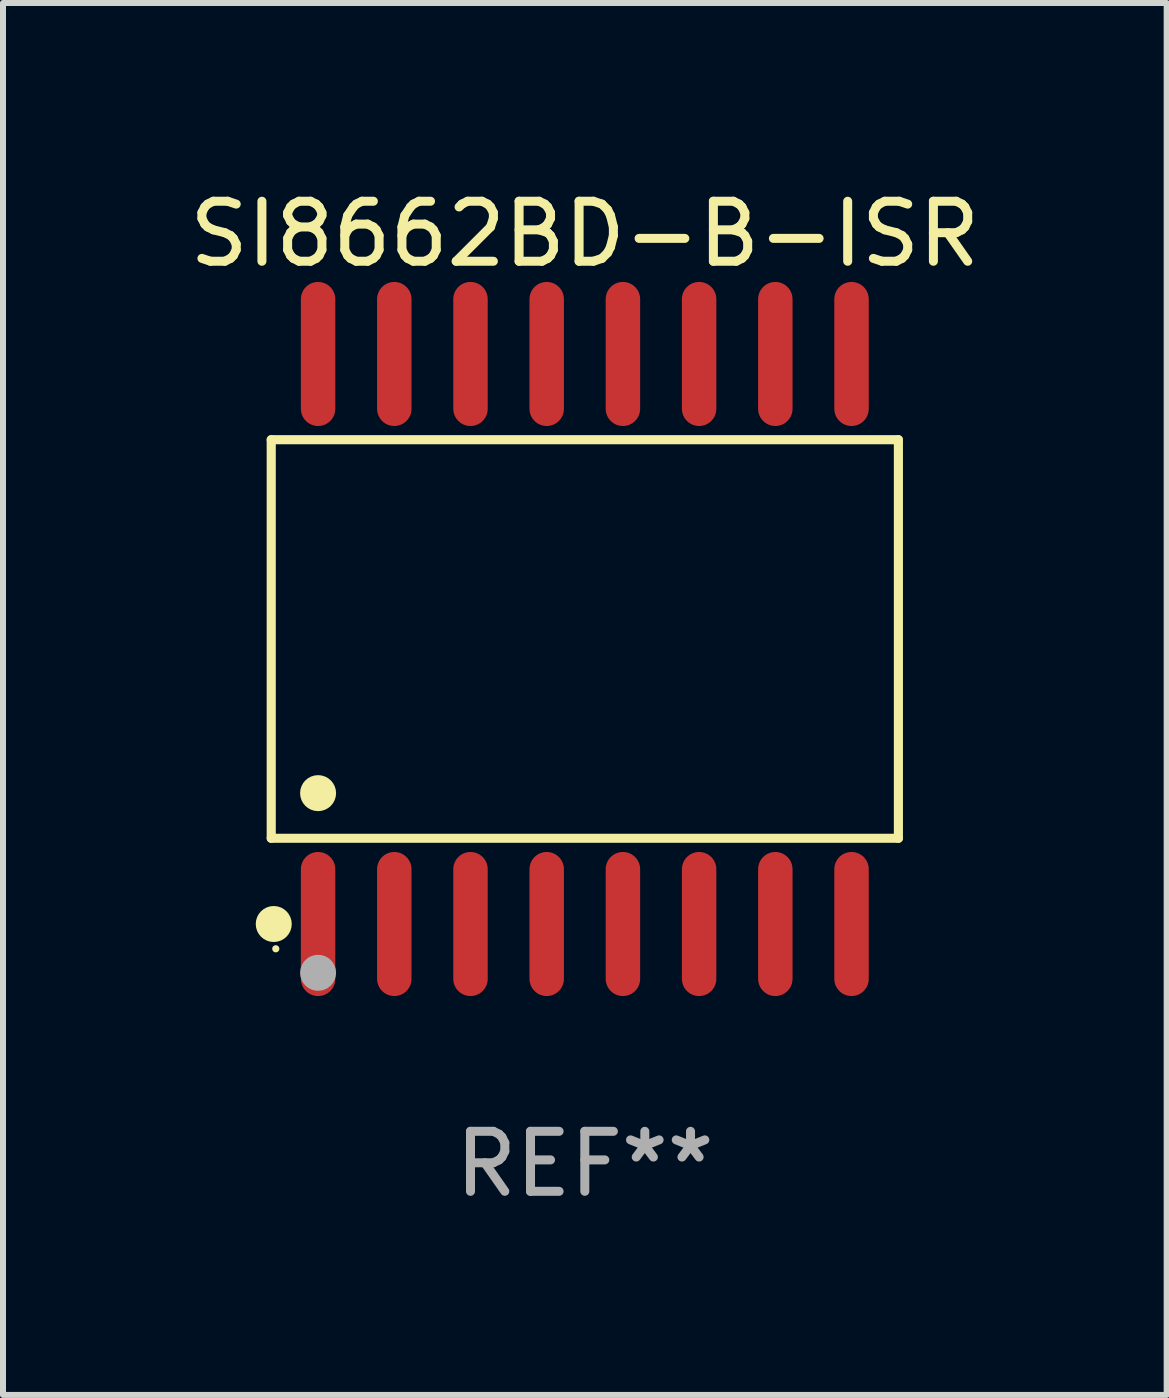
<source format=kicad_pcb>
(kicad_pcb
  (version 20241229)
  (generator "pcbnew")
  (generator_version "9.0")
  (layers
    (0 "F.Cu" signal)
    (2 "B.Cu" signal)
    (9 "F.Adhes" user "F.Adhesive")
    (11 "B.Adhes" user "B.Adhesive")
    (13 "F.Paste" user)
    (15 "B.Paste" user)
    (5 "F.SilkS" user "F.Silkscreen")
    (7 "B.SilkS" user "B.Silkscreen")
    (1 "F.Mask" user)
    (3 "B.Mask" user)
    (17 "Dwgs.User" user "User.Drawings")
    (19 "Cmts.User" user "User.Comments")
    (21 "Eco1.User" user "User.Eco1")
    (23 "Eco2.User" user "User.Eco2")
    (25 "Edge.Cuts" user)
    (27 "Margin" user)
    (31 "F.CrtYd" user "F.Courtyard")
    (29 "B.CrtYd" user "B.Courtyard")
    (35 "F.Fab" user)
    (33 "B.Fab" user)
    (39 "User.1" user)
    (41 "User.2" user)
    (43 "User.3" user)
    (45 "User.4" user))
  (footprint "SI8662BD-B-ISR"
    (layer "F.Cu")
    (at 6.696 7.599)
    (property "Reference" "SI8662BD-B-ISR" (at 0 -6.75 0) (layer "F.SilkS") (effects (font (size 1 1) (thickness 0.15))))
    (attr through_hole)
    (fp_line (start -5.226 -3.321) (end 5.226 -3.321) (stroke (width 0.152) (type solid)) (layer "F.SilkS"))
    (fp_line (start -5.226 3.321) (end -5.226 -3.321) (stroke (width 0.152) (type solid)) (layer "F.SilkS"))
    (fp_line (start 5.226 -3.321) (end 5.226 3.321) (stroke (width 0.152) (type solid)) (layer "F.SilkS"))
    (fp_line (start 5.226 3.321) (end -5.226 3.321) (stroke (width 0.152) (type solid)) (layer "F.SilkS"))
    (fp_circle (center -5.184 4.75) (end -5.034 4.75) (stroke (width 0.3) (type solid)) (fill no) (layer "F.SilkS"))
    (fp_circle (center -5.15 5.163) (end -5.12 5.163) (stroke (width 0.06) (type solid)) (fill no) (layer "F.SilkS"))
    (fp_circle (center -4.445 2.569) (end -4.295 2.569) (stroke (width 0.3) (type solid)) (fill no) (layer "F.SilkS"))
    (fp_circle (center -4.445 5.563) (end -4.295 5.563) (stroke (width 0.3) (type solid)) (fill no) (layer "F.Fab"))
    (fp_text user "REF**" (at 0 8.75 0) (layer "F.Fab") (effects (font (size 1 1) (thickness 0.15))))
    (pad "1" smd oval (at -4.445 4.75) (size 0.574 2.401) (layers "F.Cu" "F.Mask" "F.Paste"))
    (pad "2" smd oval (at -3.175 4.75) (size 0.574 2.401) (layers "F.Cu" "F.Mask" "F.Paste"))
    (pad "3" smd oval (at -1.905 4.75) (size 0.574 2.401) (layers "F.Cu" "F.Mask" "F.Paste"))
    (pad "4" smd oval (at -0.635 4.75) (size 0.574 2.401) (layers "F.Cu" "F.Mask" "F.Paste"))
    (pad "5" smd oval (at 0.635 4.75) (size 0.574 2.401) (layers "F.Cu" "F.Mask" "F.Paste"))
    (pad "6" smd oval (at 1.905 4.75) (size 0.574 2.401) (layers "F.Cu" "F.Mask" "F.Paste"))
    (pad "7" smd oval (at 3.175 4.75) (size 0.574 2.401) (layers "F.Cu" "F.Mask" "F.Paste"))
    (pad "8" smd oval (at 4.445 4.75) (size 0.574 2.401) (layers "F.Cu" "F.Mask" "F.Paste"))
    (pad "9" smd oval (at 4.445 -4.75) (size 0.574 2.401) (layers "F.Cu" "F.Mask" "F.Paste"))
    (pad "10" smd oval (at 3.175 -4.75) (size 0.574 2.401) (layers "F.Cu" "F.Mask" "F.Paste"))
    (pad "11" smd oval (at 1.905 -4.75) (size 0.574 2.401) (layers "F.Cu" "F.Mask" "F.Paste"))
    (pad "12" smd oval (at 0.635 -4.75) (size 0.574 2.401) (layers "F.Cu" "F.Mask" "F.Paste"))
    (pad "13" smd oval (at -0.635 -4.75) (size 0.574 2.401) (layers "F.Cu" "F.Mask" "F.Paste"))
    (pad "14" smd oval (at -1.905 -4.75) (size 0.574 2.401) (layers "F.Cu" "F.Mask" "F.Paste"))
    (pad "15" smd oval (at -3.175 -4.75) (size 0.574 2.401) (layers "F.Cu" "F.Mask" "F.Paste"))
    (pad "16" smd oval (at -4.445 -4.75) (size 0.574 2.401) (layers "F.Cu" "F.Mask" "F.Paste")))
  (gr_rect
    (start -3 -3)
    (end 16.393 20.197)
    (stroke (width 0.1) (type default))
    (fill no)
    (layer "Edge.Cuts")))
</source>
